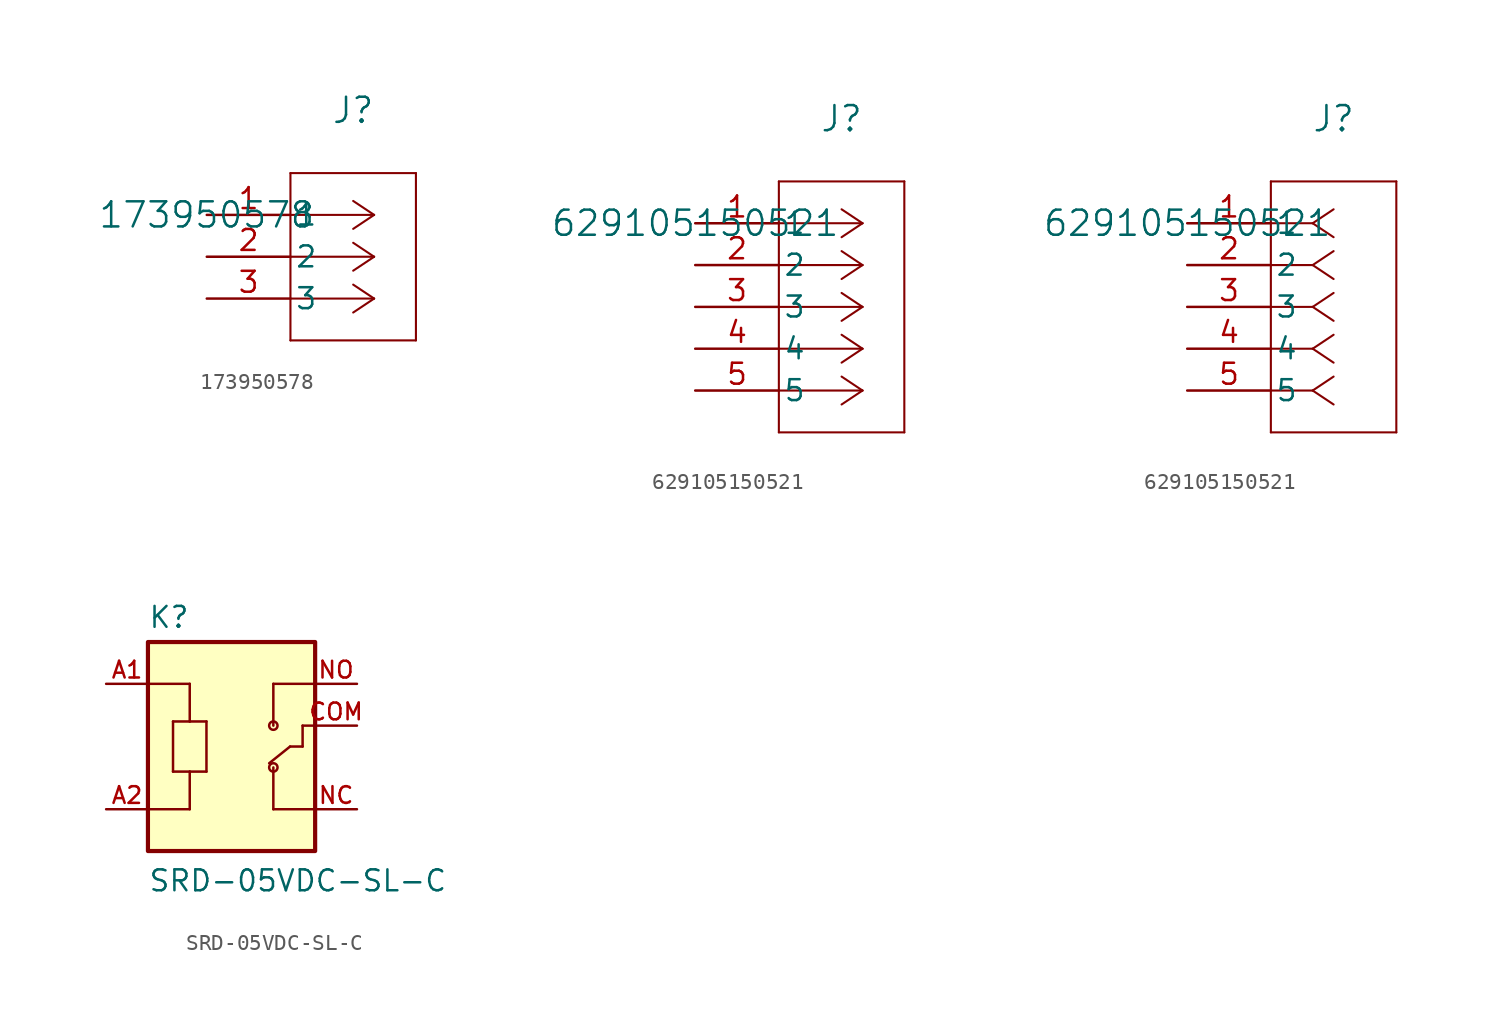
<source format=kicad_sym>
(kicad_symbol_lib
  (version 20220914)
  (generator kicad_symbol_editor)
  (symbol "173950578"
    (pin_names
      (offset 0.254))
    (property "Reference" "J"
      (at 8.89 6.35 0)
      (effects (font (size 1.524 1.524))))
    (property "Value" "173950578"
      (at 0 0 0)
      (effects (font (size 1.524 1.524))))
    (symbol "173950578_0_1"
      (polyline (pts (xy 5.08 -7.62) (xy 12.7 -7.62)) (stroke (width 0.127) (type default)) (fill (type none)))
      (polyline (pts (xy 5.08 2.54) (xy 5.08 -7.62)) (stroke (width 0.127) (type default)) (fill (type none)))
      (polyline (pts (xy 10.16 -5.08) (xy 5.08 -5.08)) (stroke (width 0.127) (type default)) (fill (type none)))
      (polyline (pts (xy 10.16 -5.08) (xy 8.89 -5.927)) (stroke (width 0.127) (type default)) (fill (type none)))
      (polyline (pts (xy 10.16 -5.08) (xy 8.89 -4.233)) (stroke (width 0.127) (type default)) (fill (type none)))
      (polyline (pts (xy 10.16 -2.54) (xy 5.08 -2.54)) (stroke (width 0.127) (type default)) (fill (type none)))
      (polyline (pts (xy 10.16 -2.54) (xy 8.89 -3.387)) (stroke (width 0.127) (type default)) (fill (type none)))
      (polyline (pts (xy 10.16 -2.54) (xy 8.89 -1.693)) (stroke (width 0.127) (type default)) (fill (type none)))
      (polyline (pts (xy 10.16 0) (xy 5.08 0)) (stroke (width 0.127) (type default)) (fill (type none)))
      (polyline (pts (xy 10.16 0) (xy 8.89 -0.847)) (stroke (width 0.127) (type default)) (fill (type none)))
      (polyline (pts (xy 10.16 0) (xy 8.89 0.847)) (stroke (width 0.127) (type default)) (fill (type none)))
      (polyline (pts (xy 12.7 -7.62) (xy 12.7 2.54)) (stroke (width 0.127) (type default)) (fill (type none)))
      (polyline (pts (xy 12.7 2.54) (xy 5.08 2.54)) (stroke (width 0.127) (type default)) (fill (type none)))
      (pin unspecified line (at 0 0 0) (length 5.08) (name "1" (effects (font (size 1.27 1.27)))) (number "1" (effects (font (size 1.27 1.27)))))
      (pin unspecified line (at 0 -2.54 0) (length 5.08) (name "2" (effects (font (size 1.27 1.27)))) (number "2" (effects (font (size 1.27 1.27)))))
      (pin unspecified line (at 0 -5.08 0) (length 5.08) (name "3" (effects (font (size 1.27 1.27)))) (number "3" (effects (font (size 1.27 1.27)))))))
  (symbol "629105150521"
    (pin_names
      (offset 0.254))
    (property "Reference" "J"
      (at 8.89 6.35 0)
      (effects (font (size 1.524 1.524))))
    (property "Value" "629105150521"
      (at 0 0 0)
      (effects (font (size 1.524 1.524))))
    (symbol "629105150521_1_1"
      (polyline (pts (xy 5.08 -12.7) (xy 12.7 -12.7)) (stroke (width 0.127) (type default)) (fill (type none)))
      (polyline (pts (xy 5.08 2.54) (xy 5.08 -12.7)) (stroke (width 0.127) (type default)) (fill (type none)))
      (polyline (pts (xy 10.16 -10.16) (xy 5.08 -10.16)) (stroke (width 0.127) (type default)) (fill (type none)))
      (polyline (pts (xy 10.16 -10.16) (xy 8.89 -11.007)) (stroke (width 0.127) (type default)) (fill (type none)))
      (polyline (pts (xy 10.16 -10.16) (xy 8.89 -9.313)) (stroke (width 0.127) (type default)) (fill (type none)))
      (polyline (pts (xy 10.16 -7.62) (xy 5.08 -7.62)) (stroke (width 0.127) (type default)) (fill (type none)))
      (polyline (pts (xy 10.16 -7.62) (xy 8.89 -8.467)) (stroke (width 0.127) (type default)) (fill (type none)))
      (polyline (pts (xy 10.16 -7.62) (xy 8.89 -6.773)) (stroke (width 0.127) (type default)) (fill (type none)))
      (polyline (pts (xy 10.16 -5.08) (xy 5.08 -5.08)) (stroke (width 0.127) (type default)) (fill (type none)))
      (polyline (pts (xy 10.16 -5.08) (xy 8.89 -5.927)) (stroke (width 0.127) (type default)) (fill (type none)))
      (polyline (pts (xy 10.16 -5.08) (xy 8.89 -4.233)) (stroke (width 0.127) (type default)) (fill (type none)))
      (polyline (pts (xy 10.16 -2.54) (xy 5.08 -2.54)) (stroke (width 0.127) (type default)) (fill (type none)))
      (polyline (pts (xy 10.16 -2.54) (xy 8.89 -3.387)) (stroke (width 0.127) (type default)) (fill (type none)))
      (polyline (pts (xy 10.16 -2.54) (xy 8.89 -1.693)) (stroke (width 0.127) (type default)) (fill (type none)))
      (polyline (pts (xy 10.16 0) (xy 5.08 0)) (stroke (width 0.127) (type default)) (fill (type none)))
      (polyline (pts (xy 10.16 0) (xy 8.89 -0.847)) (stroke (width 0.127) (type default)) (fill (type none)))
      (polyline (pts (xy 10.16 0) (xy 8.89 0.847)) (stroke (width 0.127) (type default)) (fill (type none)))
      (polyline (pts (xy 12.7 -12.7) (xy 12.7 2.54)) (stroke (width 0.127) (type default)) (fill (type none)))
      (polyline (pts (xy 12.7 2.54) (xy 5.08 2.54)) (stroke (width 0.127) (type default)) (fill (type none)))
      (pin unspecified line (at 0 0 0) (length 5.08) (name "1" (effects (font (size 1.27 1.27)))) (number "1" (effects (font (size 1.27 1.27)))))
      (pin unspecified line (at 0 -2.54 0) (length 5.08) (name "2" (effects (font (size 1.27 1.27)))) (number "2" (effects (font (size 1.27 1.27)))))
      (pin unspecified line (at 0 -5.08 0) (length 5.08) (name "3" (effects (font (size 1.27 1.27)))) (number "3" (effects (font (size 1.27 1.27)))))
      (pin unspecified line (at 0 -7.62 0) (length 5.08) (name "4" (effects (font (size 1.27 1.27)))) (number "4" (effects (font (size 1.27 1.27)))))
      (pin unspecified line (at 0 -10.16 0) (length 5.08) (name "5" (effects (font (size 1.27 1.27)))) (number "5" (effects (font (size 1.27 1.27))))))
    (symbol "629105150521_1_2"
      (polyline (pts (xy 5.08 -12.7) (xy 12.7 -12.7)) (stroke (width 0.127) (type default)) (fill (type none)))
      (polyline (pts (xy 5.08 2.54) (xy 5.08 -12.7)) (stroke (width 0.127) (type default)) (fill (type none)))
      (polyline (pts (xy 7.62 -10.16) (xy 5.08 -10.16)) (stroke (width 0.127) (type default)) (fill (type none)))
      (polyline (pts (xy 7.62 -10.16) (xy 8.89 -11.007)) (stroke (width 0.127) (type default)) (fill (type none)))
      (polyline (pts (xy 7.62 -10.16) (xy 8.89 -9.313)) (stroke (width 0.127) (type default)) (fill (type none)))
      (polyline (pts (xy 7.62 -7.62) (xy 5.08 -7.62)) (stroke (width 0.127) (type default)) (fill (type none)))
      (polyline (pts (xy 7.62 -7.62) (xy 8.89 -8.467)) (stroke (width 0.127) (type default)) (fill (type none)))
      (polyline (pts (xy 7.62 -7.62) (xy 8.89 -6.773)) (stroke (width 0.127) (type default)) (fill (type none)))
      (polyline (pts (xy 7.62 -5.08) (xy 5.08 -5.08)) (stroke (width 0.127) (type default)) (fill (type none)))
      (polyline (pts (xy 7.62 -5.08) (xy 8.89 -5.927)) (stroke (width 0.127) (type default)) (fill (type none)))
      (polyline (pts (xy 7.62 -5.08) (xy 8.89 -4.233)) (stroke (width 0.127) (type default)) (fill (type none)))
      (polyline (pts (xy 7.62 -2.54) (xy 5.08 -2.54)) (stroke (width 0.127) (type default)) (fill (type none)))
      (polyline (pts (xy 7.62 -2.54) (xy 8.89 -3.387)) (stroke (width 0.127) (type default)) (fill (type none)))
      (polyline (pts (xy 7.62 -2.54) (xy 8.89 -1.693)) (stroke (width 0.127) (type default)) (fill (type none)))
      (polyline (pts (xy 7.62 0) (xy 5.08 0)) (stroke (width 0.127) (type default)) (fill (type none)))
      (polyline (pts (xy 7.62 0) (xy 8.89 -0.847)) (stroke (width 0.127) (type default)) (fill (type none)))
      (polyline (pts (xy 7.62 0) (xy 8.89 0.847)) (stroke (width 0.127) (type default)) (fill (type none)))
      (polyline (pts (xy 12.7 -12.7) (xy 12.7 2.54)) (stroke (width 0.127) (type default)) (fill (type none)))
      (polyline (pts (xy 12.7 2.54) (xy 5.08 2.54)) (stroke (width 0.127) (type default)) (fill (type none)))
      (pin unspecified line (at 0 0 0) (length 5.08) (name "1" (effects (font (size 1.27 1.27)))) (number "1" (effects (font (size 1.27 1.27)))))
      (pin unspecified line (at 0 -2.54 0) (length 5.08) (name "2" (effects (font (size 1.27 1.27)))) (number "2" (effects (font (size 1.27 1.27)))))
      (pin unspecified line (at 0 -5.08 0) (length 5.08) (name "3" (effects (font (size 1.27 1.27)))) (number "3" (effects (font (size 1.27 1.27)))))
      (pin unspecified line (at 0 -7.62 0) (length 5.08) (name "4" (effects (font (size 1.27 1.27)))) (number "4" (effects (font (size 1.27 1.27)))))
      (pin unspecified line (at 0 -10.16 0) (length 5.08) (name "5" (effects (font (size 1.27 1.27)))) (number "5" (effects (font (size 1.27 1.27)))))))
  (symbol "SRD-05VDC-SL-C"
    (pin_names
      (offset 1.016))
    (property "Reference" "K"
      (at -5.081 5.843 0)
      (effects (font (size 1.27 1.27)) (justify left bottom)))
    (property "Value" "SRD-05VDC-SL-C"
      (at -5.083 -10.166 0)
      (effects (font (size 1.27 1.27)) (justify left bottom)))
    (symbol "SRD-05VDC-SL-C_0_0"
      (rectangle (start -5.08 5.08) (end 5.08 -7.62) (stroke (width 0.254) (type default)) (fill (type background)))
      (polyline (pts (xy -5.08 2.54) (xy -2.54 2.54)) (stroke (width 0.152) (type default)) (fill (type none)))
      (polyline (pts (xy -3.556 -2.794) (xy -2.54 -2.794)) (stroke (width 0.152) (type default)) (fill (type none)))
      (polyline (pts (xy -3.556 0.254) (xy -3.556 -2.794)) (stroke (width 0.152) (type default)) (fill (type none)))
      (polyline (pts (xy -2.54 -5.08) (xy -5.08 -5.08)) (stroke (width 0.152) (type default)) (fill (type none)))
      (polyline (pts (xy -2.54 -2.794) (xy -2.54 -5.08)) (stroke (width 0.152) (type default)) (fill (type none)))
      (polyline (pts (xy -2.54 -2.794) (xy -1.524 -2.794)) (stroke (width 0.152) (type default)) (fill (type none)))
      (polyline (pts (xy -2.54 0.254) (xy -3.556 0.254)) (stroke (width 0.152) (type default)) (fill (type none)))
      (polyline (pts (xy -2.54 2.54) (xy -2.54 0.254)) (stroke (width 0.152) (type default)) (fill (type none)))
      (polyline (pts (xy -1.524 -2.794) (xy -1.524 0.254)) (stroke (width 0.152) (type default)) (fill (type none)))
      (polyline (pts (xy -1.524 0.254) (xy -2.54 0.254)) (stroke (width 0.152) (type default)) (fill (type none)))
      (polyline (pts (xy 2.54 -5.08) (xy 5.08 -5.08)) (stroke (width 0.152) (type default)) (fill (type none)))
      (polyline (pts (xy 2.54 -2.54) (xy 2.54 -5.08)) (stroke (width 0.152) (type default)) (fill (type none)))
      (polyline (pts (xy 2.54 2.54) (xy 2.54 0)) (stroke (width 0.152) (type default)) (fill (type none)))
      (polyline (pts (xy 3.556 -1.27) (xy 2.286 -2.286)) (stroke (width 0.152) (type default)) (fill (type none)))
      (polyline (pts (xy 3.556 -1.27) (xy 4.318 -1.27)) (stroke (width 0.152) (type default)) (fill (type none)))
      (polyline (pts (xy 4.318 -1.27) (xy 4.318 0)) (stroke (width 0.152) (type default)) (fill (type none)))
      (polyline (pts (xy 4.318 0) (xy 5.08 0)) (stroke (width 0.152) (type default)) (fill (type none)))
      (polyline (pts (xy 5.08 2.54) (xy 2.54 2.54)) (stroke (width 0.152) (type default)) (fill (type none)))
      (circle (center 2.54 -2.54) (radius 0.254) (stroke (width 0.152) (type default)) (fill (type none)))
      (circle (center 2.54 0) (radius 0.254) (stroke (width 0.152) (type default)) (fill (type none)))
      (pin passive line (at -7.62 2.54 0) (length 2.54) (name "~" (effects (font (size 1.016 1.016)))) (number "A1" (effects (font (size 1.016 1.016)))))
      (pin passive line (at -7.62 -5.08 0) (length 2.54) (name "~" (effects (font (size 1.016 1.016)))) (number "A2" (effects (font (size 1.016 1.016)))))
      (pin passive line (at 7.62 0 180) (length 2.54) (name "~" (effects (font (size 1.016 1.016)))) (number "COM" (effects (font (size 1.016 1.016)))))
      (pin passive line (at 7.62 -5.08 180) (length 2.54) (name "~" (effects (font (size 1.016 1.016)))) (number "NC" (effects (font (size 1.016 1.016)))))
      (pin passive line (at 7.62 2.54 180) (length 2.54) (name "~" (effects (font (size 1.016 1.016)))) (number "NO" (effects (font (size 1.016 1.016))))))))
</source>
